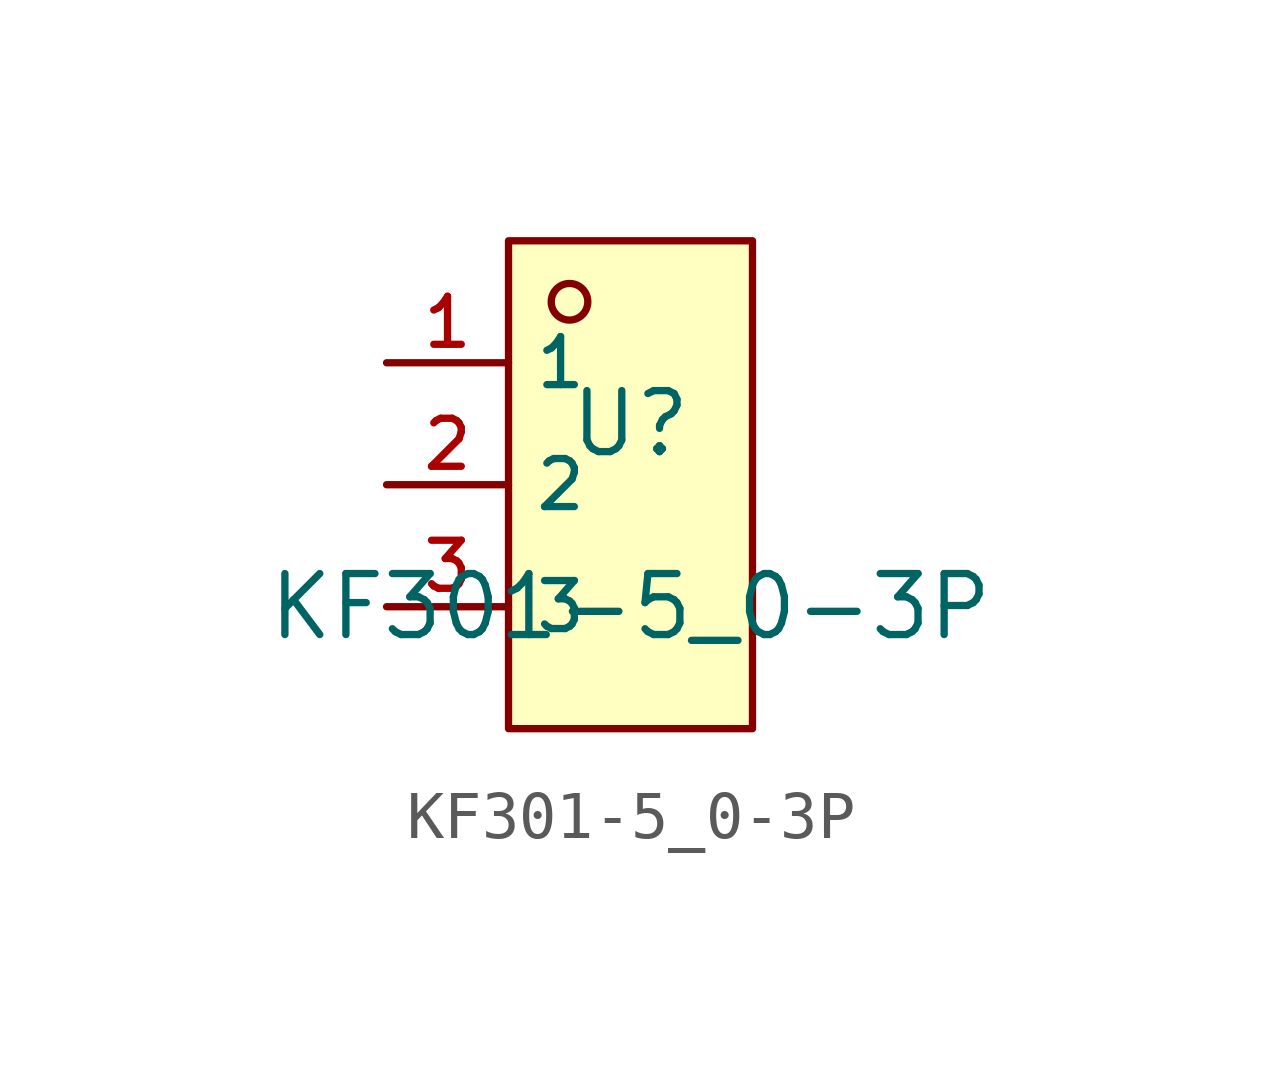
<source format=kicad_sym>
(kicad_symbol_lib
  (version 20210201)
  (generator TousstNicolas/JLC2KiCad_lib)
  (symbol "KF301-5_0-3P"
    (property "Reference" "U"
      (at 0 1.27 0)
      (effects (font (size 1.27 1.27))))
    (property "Value" "KF301-5_0-3P"
      (at 0 -2.54 0)
      (effects (font (size 1.27 1.27))))
    (symbol "KF301-5_0-3P_0_1"
      (rectangle (start -2.54 5.08) (end 2.54 -5.08) (stroke (width 0) (type default) (color 0 0 0 0)) (fill (type background)))
      (circle (center -1.27 3.81) (radius 0.381) (stroke (width 0) (type default) (color 0 0 0 0)) (fill (type background)))
      (pin unspecified line (at -5.08 2.54 0) (length 2.54) (name "1" (effects (font (size 1 1)))) (number "1" (effects (font (size 1 1)))))
      (pin unspecified line (at -5.08 -0.0 0) (length 2.54) (name "2" (effects (font (size 1 1)))) (number "2" (effects (font (size 1 1)))))
      (pin unspecified line (at -5.08 -2.54 0) (length 2.54) (name "3" (effects (font (size 1 1)))) (number "3" (effects (font (size 1 1))))))))
</source>
